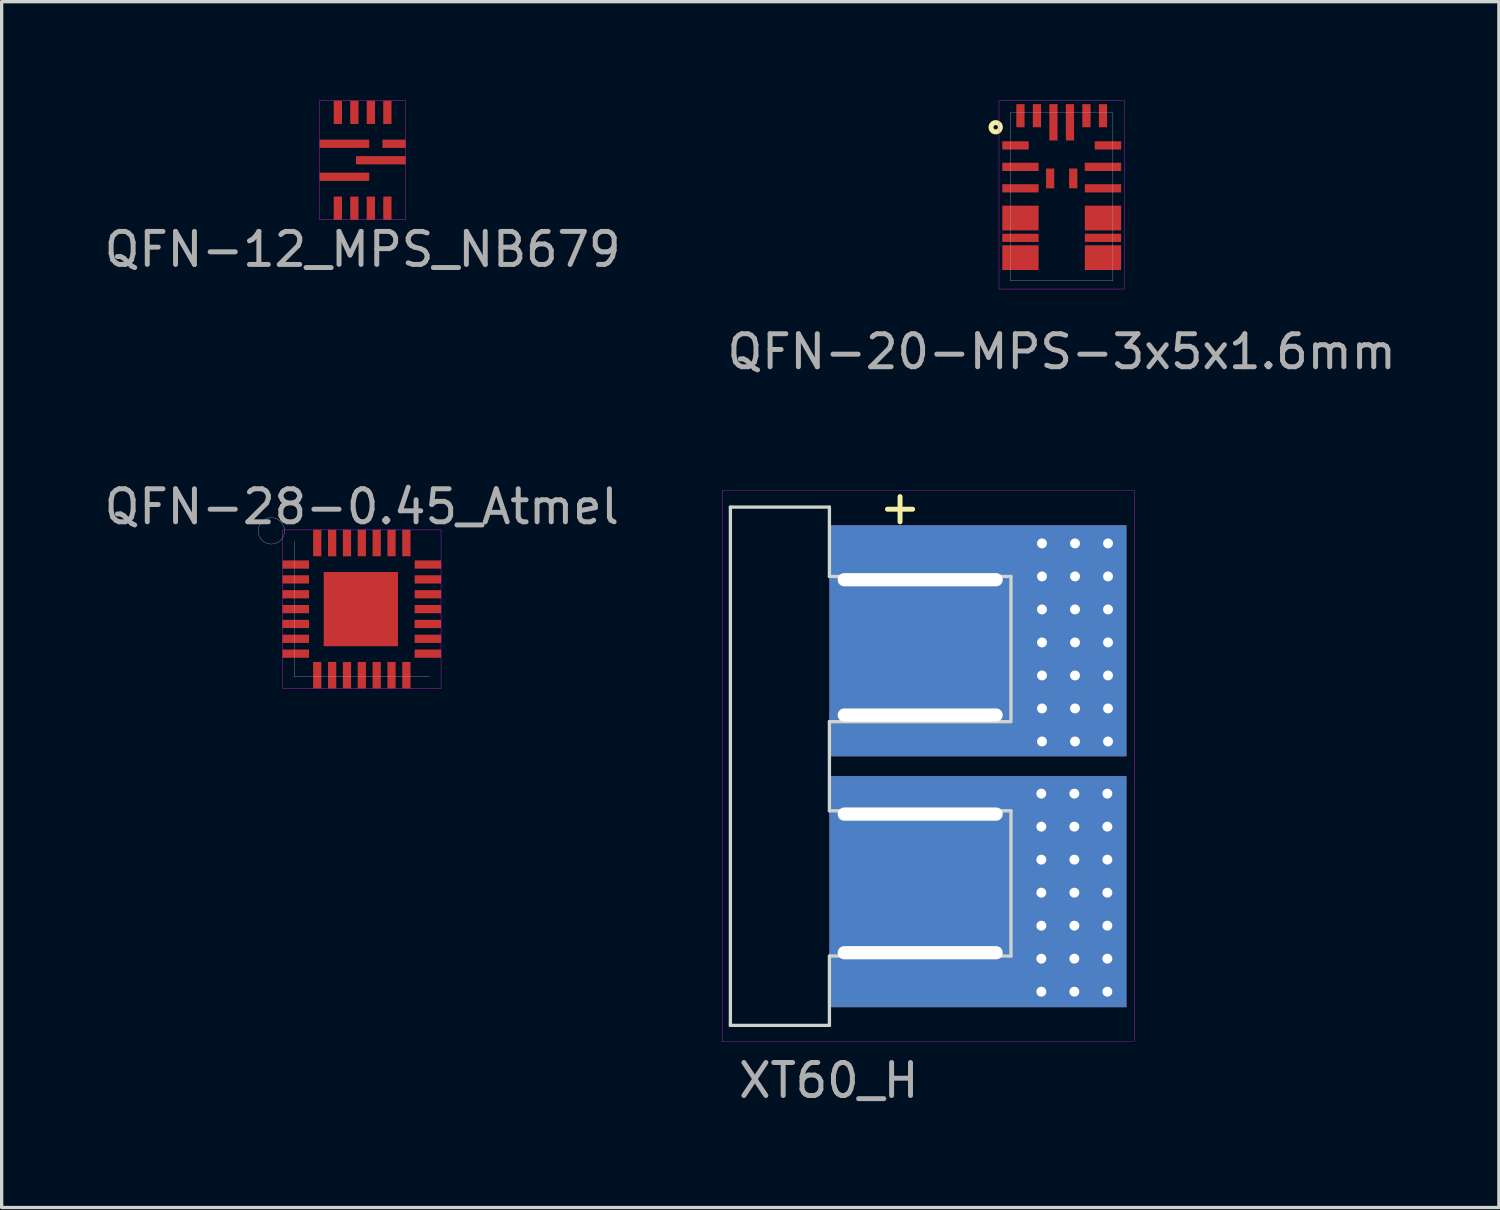
<source format=kicad_pcb>
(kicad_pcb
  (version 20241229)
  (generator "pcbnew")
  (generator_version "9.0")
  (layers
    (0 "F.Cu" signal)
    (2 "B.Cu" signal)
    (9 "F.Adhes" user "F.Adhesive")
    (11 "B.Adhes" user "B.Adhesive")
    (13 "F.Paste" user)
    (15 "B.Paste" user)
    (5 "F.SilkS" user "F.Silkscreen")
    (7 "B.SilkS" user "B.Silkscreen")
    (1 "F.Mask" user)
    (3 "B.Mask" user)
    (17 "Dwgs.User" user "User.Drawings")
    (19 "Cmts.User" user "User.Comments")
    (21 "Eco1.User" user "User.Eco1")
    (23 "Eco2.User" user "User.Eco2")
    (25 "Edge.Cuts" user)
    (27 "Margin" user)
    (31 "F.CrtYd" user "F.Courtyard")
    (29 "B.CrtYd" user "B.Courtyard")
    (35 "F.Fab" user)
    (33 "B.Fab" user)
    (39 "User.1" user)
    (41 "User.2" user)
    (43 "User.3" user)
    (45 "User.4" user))
  (footprint "QFN-28-0.45_Atmel"
    (layer "F.Cu")
    (at 7.911 15.402)
    (property "Reference" "QFN-28-0.45_Atmel" (at 0 -3.1 0) (layer "F.Fab") (effects (font (size 1 1) (thickness 0.15))))
    (attr through_hole)
    (fp_line (start -2.4 -2.4) (end 2.4 -2.4) (stroke (width 0.01) (type solid)) (layer "F.CrtYd"))
    (fp_line (start -2.4 2.4) (end -2.4 -2.4) (stroke (width 0.01) (type solid)) (layer "F.CrtYd"))
    (fp_line (start 2.4 -2.4) (end 2.4 2.4) (stroke (width 0.01) (type solid)) (layer "F.CrtYd"))
    (fp_line (start 2.4 2.4) (end -2.4 2.4) (stroke (width 0.01) (type solid)) (layer "F.CrtYd"))
    (fp_line (start -2.05 2.05) (end -2.05 -2.05) (stroke (width 0.01) (type solid)) (layer "F.Fab"))
    (fp_line (start 2.05 2.05) (end -2.05 2.05) (stroke (width 0.01) (type solid)) (layer "F.Fab"))
    (fp_circle (center -2.74 -2.37) (end -2.74 -1.97) (stroke (width 0.01) (type solid)) (fill no) (layer "F.Fab"))
    (pad "1" smd rect (at -2 -1.35) (size 0.8 0.25) (layers "F.Cu" "F.Mask" "F.Paste"))
    (pad "2" smd rect (at -2 -0.9) (size 0.8 0.25) (layers "F.Cu" "F.Mask" "F.Paste"))
    (pad "3" smd rect (at -2 -0.45) (size 0.8 0.25) (layers "F.Cu" "F.Mask" "F.Paste"))
    (pad "4" smd rect (at -2 0) (size 0.8 0.25) (layers "F.Cu" "F.Mask" "F.Paste"))
    (pad "5" smd rect (at -2 0.45 180) (size 0.8 0.25) (layers "F.Cu" "F.Mask" "F.Paste"))
    (pad "6" smd rect (at -2 0.9) (size 0.8 0.25) (layers "F.Cu" "F.Mask" "F.Paste"))
    (pad "7" smd rect (at -2 1.35) (size 0.8 0.25) (layers "F.Cu" "F.Mask" "F.Paste"))
    (pad "8" smd rect (at -1.35 2 90) (size 0.8 0.25) (layers "F.Cu" "F.Mask" "F.Paste"))
    (pad "9" smd rect (at -0.9 2) (size 0.25 0.8) (layers "F.Cu" "F.Mask" "F.Paste"))
    (pad "10" smd rect (at -0.45 2) (size 0.25 0.8) (layers "F.Cu" "F.Mask" "F.Paste"))
    (pad "11" smd rect (at 0 2) (size 0.25 0.8) (layers "F.Cu" "F.Mask" "F.Paste"))
    (pad "12" smd rect (at 0.45 2) (size 0.25 0.8) (layers "F.Cu" "F.Mask" "F.Paste"))
    (pad "13" smd rect (at 0.9 2) (size 0.25 0.8) (layers "F.Cu" "F.Mask" "F.Paste"))
    (pad "14" smd rect (at 1.35 2 90) (size 0.8 0.25) (layers "F.Cu" "F.Mask" "F.Paste"))
    (pad "15" smd rect (at 2 1.35) (size 0.8 0.25) (layers "F.Cu" "F.Mask" "F.Paste"))
    (pad "16" smd rect (at 2 0.9) (size 0.8 0.25) (layers "F.Cu" "F.Mask" "F.Paste"))
    (pad "17" smd rect (at 2 0.45) (size 0.8 0.25) (layers "F.Cu" "F.Mask" "F.Paste"))
    (pad "18" smd rect (at -0.03 0) (size 2.25 2.25) (layers "F.Cu" "F.Mask" "F.Paste"))
    (pad "18" smd rect (at 2 0) (size 0.8 0.25) (layers "F.Cu" "F.Mask" "F.Paste"))
    (pad "19" smd rect (at 2 -0.45) (size 0.8 0.25) (layers "F.Cu" "F.Mask" "F.Paste"))
    (pad "20" smd rect (at 2 -0.9) (size 0.8 0.25) (layers "F.Cu" "F.Mask" "F.Paste"))
    (pad "21" smd rect (at 2 -1.35) (size 0.8 0.25) (layers "F.Cu" "F.Mask" "F.Paste"))
    (pad "22" smd rect (at 1.35 -2 90) (size 0.8 0.25) (layers "F.Cu" "F.Mask" "F.Paste"))
    (pad "23" smd rect (at 0.9 -2) (size 0.25 0.8) (layers "F.Cu" "F.Mask" "F.Paste"))
    (pad "24" smd rect (at 0.45 -2) (size 0.25 0.8) (layers "F.Cu" "F.Mask" "F.Paste"))
    (pad "25" smd rect (at 0 -2) (size 0.25 0.8) (layers "F.Cu" "F.Mask" "F.Paste"))
    (pad "26" smd rect (at -0.45 -2) (size 0.25 0.8) (layers "F.Cu" "F.Mask" "F.Paste"))
    (pad "27" smd rect (at -0.9 -2) (size 0.25 0.8) (layers "F.Cu" "F.Mask" "F.Paste"))
    (pad "28" smd rect (at -1.35 -2 90) (size 0.8 0.25) (layers "F.Cu" "F.Mask" "F.Paste")))
  (footprint "QFN-12_MPS_NB679"
    (layer "F.Cu")
    (at 7.935 1.805)
    (property "Reference" "QFN-12_MPS_NB679" (at 0 2.7 0) (layer "F.Fab") (effects (font (size 1 1) (thickness 0.15))))
    (attr through_hole)
    (fp_line (start -1.3 -1.8) (end 1.3 -1.8) (stroke (width 0.01) (type solid)) (layer "F.CrtYd"))
    (fp_line (start -1.3 1.8) (end -1.3 -1.8) (stroke (width 0.01) (type solid)) (layer "F.CrtYd"))
    (fp_line (start 1.3 -1.8) (end 1.3 1.8) (stroke (width 0.01) (type solid)) (layer "F.CrtYd"))
    (fp_line (start 1.3 1.8) (end -1.3 1.8) (stroke (width 0.01) (type solid)) (layer "F.CrtYd"))
    (pad "1" smd rect (at -0.55 -0.5) (size 1.5 0.25) (layers "F.Cu" "F.Mask" "F.Paste"))
    (pad "2" smd rect (at -0.55 0.5) (size 1.5 0.25) (layers "F.Cu" "F.Mask" "F.Paste"))
    (pad "3" smd rect (at -0.75 1.45) (size 0.25 0.7) (layers "F.Cu" "F.Mask" "F.Paste"))
    (pad "4" smd rect (at -0.25 1.45) (size 0.25 0.7) (layers "F.Cu" "F.Mask" "F.Paste"))
    (pad "5" smd rect (at 0.25 1.45) (size 0.25 0.7) (layers "F.Cu" "F.Mask" "F.Paste"))
    (pad "6" smd rect (at 0.75 1.45) (size 0.25 0.7) (layers "F.Cu" "F.Mask" "F.Paste"))
    (pad "7" smd rect (at 0.55 0) (size 1.5 0.25) (layers "F.Cu" "F.Mask" "F.Paste"))
    (pad "8" smd rect (at 0.95 -0.5) (size 0.7 0.25) (layers "F.Cu" "F.Mask" "F.Paste"))
    (pad "9" smd rect (at 0.75 -1.45) (size 0.25 0.7) (layers "F.Cu" "F.Mask" "F.Paste"))
    (pad "10" smd rect (at 0.25 -1.45) (size 0.25 0.7) (layers "F.Cu" "F.Mask" "F.Paste"))
    (pad "11" smd rect (at -0.25 -1.45) (size 0.25 0.7) (layers "F.Cu" "F.Mask" "F.Paste"))
    (pad "12" smd rect (at -0.75 -1.45) (size 0.25 0.7) (layers "F.Cu" "F.Mask" "F.Paste")))
  (footprint "QFN-20-MPS-3x5x1.6mm"
    (layer "F.Cu")
    (at 29.113 2.905)
    (property "Reference" "QFN-20-MPS-3x5x1.6mm" (at 0 4.7 0) (layer "F.Fab") (effects (font (size 1 1) (thickness 0.15))))
    (attr through_hole)
    (fp_circle (center -2 -2.1) (end -1.9 -2) (stroke (width 0.15) (type solid)) (fill no) (layer "F.SilkS"))
    (fp_line (start -1.9 -2.9) (end -1.9 2.8) (stroke (width 0.01) (type solid)) (layer "F.CrtYd"))
    (fp_line (start -1.9 2.8) (end 1.9 2.8) (stroke (width 0.01) (type solid)) (layer "F.CrtYd"))
    (fp_line (start 1.9 -2.9) (end -1.9 -2.9) (stroke (width 0.01) (type solid)) (layer "F.CrtYd"))
    (fp_line (start 1.9 2.8) (end 1.9 -2.9) (stroke (width 0.01) (type solid)) (layer "F.CrtYd"))
    (fp_line (start -1.55 -2.55) (end 1.55 -2.55) (stroke (width 0.01) (type solid)) (layer "F.Fab"))
    (fp_line (start -1.55 2.55) (end -1.55 -2.55) (stroke (width 0.01) (type solid)) (layer "F.Fab"))
    (fp_line (start 1.55 -2.55) (end 1.55 2.55) (stroke (width 0.01) (type solid)) (layer "F.Fab"))
    (fp_line (start 1.55 2.55) (end -1.55 2.55) (stroke (width 0.01) (type solid)) (layer "F.Fab"))
    (pad "" smd rect (at -0.35 -0.55) (size 0.25 0.6) (layers "F.Cu" "F.Mask" "F.Paste"))
    (pad "" smd rect (at 0.25 -2.8) (size 0.25 1.1) (drill (offset 0 0.55)) (layers "F.Cu" "F.Mask" "F.Paste"))
    (pad "" smd rect (at 0.35 -0.55) (size 0.25 0.6) (layers "F.Cu" "F.Mask" "F.Paste"))
    (pad "" smd rect (at 1.8 -0.25 90) (size 0.25 1.1) (drill (offset 0 -0.55)) (layers "F.Cu" "F.Mask" "F.Paste"))
    (pad "1" smd rect (at -1.8 -1.55 90) (size 0.25 0.8) (drill (offset 0 0.4)) (layers "F.Cu" "F.Mask" "F.Paste"))
    (pad "2" smd rect (at -1.8 -0.9 90) (size 0.25 1.1) (drill (offset 0 0.55)) (layers "F.Cu" "F.Mask" "F.Paste"))
    (pad "3" smd rect (at -1.8 -0.25 90) (size 0.25 1.1) (drill (offset 0 0.55)) (layers "F.Cu" "F.Mask" "F.Paste"))
    (pad "4" smd rect (at -1.8 0.4 90) (size 0.75 1.1) (drill (offset -0.25 0.55)) (layers "F.Cu" "F.Mask" "F.Paste"))
    (pad "5" smd rect (at -1.8 1.25 90) (size 0.25 1.1) (drill (offset 0 0.55)) (layers "F.Cu" "F.Mask" "F.Paste"))
    (pad "6" smd rect (at -1.8 2.1 90) (size 0.75 1.1) (drill (offset 0.25 0.55)) (layers "F.Cu" "F.Mask" "F.Paste"))
    (pad "7" smd rect (at 1.8 2.1 90) (size 0.75 1.1) (drill (offset 0.25 -0.55)) (layers "F.Cu" "F.Mask" "F.Paste"))
    (pad "8" smd rect (at 1.8 1.25 90) (size 0.25 1.1) (drill (offset 0 -0.55)) (layers "F.Cu" "F.Mask" "F.Paste"))
    (pad "9" smd rect (at 1.8 0.4 90) (size 0.75 1.1) (drill (offset -0.25 -0.55)) (layers "F.Cu" "F.Mask" "F.Paste"))
    (pad "11" smd rect (at 1.8 -0.9 90) (size 0.25 1.1) (drill (offset 0 -0.55)) (layers "F.Cu" "F.Mask" "F.Paste"))
    (pad "12" smd rect (at 1.8 -1.55 90) (size 0.25 0.8) (drill (offset 0 -0.4)) (layers "F.Cu" "F.Mask" "F.Paste"))
    (pad "13" smd rect (at 1.25 -2.8) (size 0.25 0.7) (drill (offset 0 0.35)) (layers "F.Cu" "F.Mask" "F.Paste"))
    (pad "14" smd rect (at 0.75 -2.8) (size 0.25 0.7) (drill (offset 0 0.35)) (layers "F.Cu" "F.Mask" "F.Paste"))
    (pad "16" smd rect (at -0.25 -2.8) (size 0.25 1.1) (drill (offset 0 0.55)) (layers "F.Cu" "F.Mask" "F.Paste"))
    (pad "17" smd rect (at -0.75 -2.8) (size 0.25 0.7) (drill (offset 0 0.35)) (layers "F.Cu" "F.Mask" "F.Paste"))
    (pad "18" smd rect (at -1.25 -2.8) (size 0.25 0.7) (drill (offset 0 0.35)) (layers "F.Cu" "F.Mask" "F.Paste")))
  (footprint "XT60_H"
    (layer "F.Cu")
    (at 22.076 20.162)
    (property "Reference" "XT60_H" (at -0.02 9.52 0) (layer "F.Fab") (effects (font (size 1 1) (thickness 0.15))))
    (attr through_hole)
    (fp_line (start -3 -7.85) (end -3 7.85) (stroke (width 0.1) (type solid)) (layer "Edge.Cuts"))
    (fp_line (start 0 -7.85) (end -3 -7.85) (stroke (width 0.1) (type solid)) (layer "Edge.Cuts"))
    (fp_line (start 0 -7.85) (end 0 -5.75) (stroke (width 0.1) (type solid)) (layer "Edge.Cuts"))
    (fp_line (start 0 -5.75) (end 5.5 -5.75) (stroke (width 0.1) (type solid)) (layer "Edge.Cuts"))
    (fp_line (start 0 -1.35) (end 0 1.35) (stroke (width 0.1) (type solid)) (layer "Edge.Cuts"))
    (fp_line (start 0 1.35) (end 5.5 1.35) (stroke (width 0.1) (type solid)) (layer "Edge.Cuts"))
    (fp_line (start 0 5.75) (end 0 7.85) (stroke (width 0.1) (type solid)) (layer "Edge.Cuts"))
    (fp_line (start 0 7.85) (end -3 7.85) (stroke (width 0.1) (type solid)) (layer "Edge.Cuts"))
    (fp_line (start 5.5 -5.75) (end 5.5 -1.4) (stroke (width 0.1) (type solid)) (layer "Edge.Cuts"))
    (fp_line (start 5.5 -1.35) (end 0 -1.35) (stroke (width 0.1) (type solid)) (layer "Edge.Cuts"))
    (fp_line (start 5.5 1.35) (end 5.5 5.75) (stroke (width 0.1) (type solid)) (layer "Edge.Cuts"))
    (fp_line (start 5.5 5.75) (end 0 5.75) (stroke (width 0.1) (type solid)) (layer "Edge.Cuts"))
    (fp_line (start -3.25 -8.35) (end 9.25 -8.35) (stroke (width 0.01) (type solid)) (layer "F.CrtYd"))
    (fp_line (start -3.25 8.35) (end -3.25 -8.35) (stroke (width 0.01) (type solid)) (layer "F.CrtYd"))
    (fp_line (start -3.25 8.35) (end 9.2 8.35) (stroke (width 0.01) (type solid)) (layer "F.CrtYd"))
    (fp_line (start 9.25 -8.35) (end 9.25 8.35) (stroke (width 0.01) (type solid)) (layer "F.CrtYd"))
    (fp_text user "+" (at 2.14 -7.86 0) (layer "F.SilkS") (effects (font (size 1 1) (thickness 0.15))))
    (pad "1" thru_hole oval (at 2.75 -5.65) (size 5.5 0.6) (drill oval 5 0.4) (layers "*.Cu" "*.Mask"))
    (pad "1" thru_hole oval (at 2.75 -1.55) (size 5.5 0.6) (drill oval 5 0.4) (layers "*.Cu" "*.Mask"))
    (pad "1" smd rect (at 4.5 -3.8) (size 9 7) (layers "F.Cu" "F.Mask" "F.Paste"))
    (pad "1" smd rect (at 4.5 -3.8) (size 9 7) (layers "B.Cu" "B.Mask" "B.Paste"))
    (pad "1" thru_hole circle (at 6.44 -6.75) (size 0.5 0.5) (drill 0.3) (layers "*.Cu" "*.Mask"))
    (pad "1" thru_hole circle (at 6.44 -5.75) (size 0.5 0.5) (drill 0.3) (layers "*.Cu" "*.Mask"))
    (pad "1" thru_hole circle (at 6.44 -4.75) (size 0.5 0.5) (drill 0.3) (layers "*.Cu" "*.Mask"))
    (pad "1" thru_hole circle (at 6.44 -3.75) (size 0.5 0.5) (drill 0.3) (layers "*.Cu" "*.Mask"))
    (pad "1" thru_hole circle (at 6.44 -2.75) (size 0.5 0.5) (drill 0.3) (layers "*.Cu" "*.Mask"))
    (pad "1" thru_hole circle (at 6.44 -1.75) (size 0.5 0.5) (drill 0.3) (layers "*.Cu" "*.Mask"))
    (pad "1" thru_hole circle (at 6.44 -0.75) (size 0.5 0.5) (drill 0.3) (layers "*.Cu" "*.Mask"))
    (pad "1" thru_hole circle (at 7.44 -6.75) (size 0.5 0.5) (drill 0.3) (layers "*.Cu" "*.Mask"))
    (pad "1" thru_hole circle (at 7.44 -5.75) (size 0.5 0.5) (drill 0.3) (layers "*.Cu" "*.Mask"))
    (pad "1" thru_hole circle (at 7.44 -4.75) (size 0.5 0.5) (drill 0.3) (layers "*.Cu" "*.Mask"))
    (pad "1" thru_hole circle (at 7.44 -3.75) (size 0.5 0.5) (drill 0.3) (layers "*.Cu" "*.Mask"))
    (pad "1" thru_hole circle (at 7.44 -2.75) (size 0.5 0.5) (drill 0.3) (layers "*.Cu" "*.Mask"))
    (pad "1" thru_hole circle (at 7.44 -1.75) (size 0.5 0.5) (drill 0.3) (layers "*.Cu" "*.Mask"))
    (pad "1" thru_hole circle (at 7.44 -0.75) (size 0.5 0.5) (drill 0.3) (layers "*.Cu" "*.Mask"))
    (pad "1" thru_hole circle (at 8.44 -6.75) (size 0.5 0.5) (drill 0.3) (layers "*.Cu" "*.Mask"))
    (pad "1" thru_hole circle (at 8.44 -5.75) (size 0.5 0.5) (drill 0.3) (layers "*.Cu" "*.Mask"))
    (pad "1" thru_hole circle (at 8.44 -4.75) (size 0.5 0.5) (drill 0.3) (layers "*.Cu" "*.Mask"))
    (pad "1" thru_hole circle (at 8.44 -3.75) (size 0.5 0.5) (drill 0.3) (layers "*.Cu" "*.Mask"))
    (pad "1" thru_hole circle (at 8.44 -2.75) (size 0.5 0.5) (drill 0.3) (layers "*.Cu" "*.Mask"))
    (pad "1" thru_hole circle (at 8.44 -1.75) (size 0.5 0.5) (drill 0.3) (layers "*.Cu" "*.Mask"))
    (pad "1" thru_hole circle (at 8.44 -0.75) (size 0.5 0.5) (drill 0.3) (layers "*.Cu" "*.Mask"))
    (pad "2" thru_hole oval (at 2.75 1.45) (size 5.5 0.6) (drill oval 5 0.4) (layers "*.Cu" "*.Mask"))
    (pad "2" thru_hole oval (at 2.75 5.65) (size 5.5 0.6) (drill oval 5 0.4) (layers "*.Cu" "*.Mask"))
    (pad "2" smd rect (at 4.5 3.8) (size 9 7) (layers "F.Cu" "F.Mask" "F.Paste"))
    (pad "2" smd rect (at 4.5 3.8) (size 9 7) (layers "B.Cu" "B.Mask" "B.Paste"))
    (pad "2" thru_hole circle (at 6.42 0.83) (size 0.5 0.5) (drill 0.3) (layers "*.Cu" "*.Mask"))
    (pad "2" thru_hole circle (at 6.42 1.83) (size 0.5 0.5) (drill 0.3) (layers "*.Cu" "*.Mask"))
    (pad "2" thru_hole circle (at 6.42 2.83) (size 0.5 0.5) (drill 0.3) (layers "*.Cu" "*.Mask"))
    (pad "2" thru_hole circle (at 6.42 3.83) (size 0.5 0.5) (drill 0.3) (layers "*.Cu" "*.Mask"))
    (pad "2" thru_hole circle (at 6.42 4.83) (size 0.5 0.5) (drill 0.3) (layers "*.Cu" "*.Mask"))
    (pad "2" thru_hole circle (at 6.42 5.83) (size 0.5 0.5) (drill 0.3) (layers "*.Cu" "*.Mask"))
    (pad "2" thru_hole circle (at 6.42 6.83) (size 0.5 0.5) (drill 0.3) (layers "*.Cu" "*.Mask"))
    (pad "2" thru_hole circle (at 7.42 0.83) (size 0.5 0.5) (drill 0.3) (layers "*.Cu" "*.Mask"))
    (pad "2" thru_hole circle (at 7.42 1.83) (size 0.5 0.5) (drill 0.3) (layers "*.Cu" "*.Mask"))
    (pad "2" thru_hole circle (at 7.42 2.83) (size 0.5 0.5) (drill 0.3) (layers "*.Cu" "*.Mask"))
    (pad "2" thru_hole circle (at 7.42 3.83) (size 0.5 0.5) (drill 0.3) (layers "*.Cu" "*.Mask"))
    (pad "2" thru_hole circle (at 7.42 4.83) (size 0.5 0.5) (drill 0.3) (layers "*.Cu" "*.Mask"))
    (pad "2" thru_hole circle (at 7.42 5.83) (size 0.5 0.5) (drill 0.3) (layers "*.Cu" "*.Mask"))
    (pad "2" thru_hole circle (at 7.42 6.83) (size 0.5 0.5) (drill 0.3) (layers "*.Cu" "*.Mask"))
    (pad "2" thru_hole circle (at 8.42 0.83) (size 0.5 0.5) (drill 0.3) (layers "*.Cu" "*.Mask"))
    (pad "2" thru_hole circle (at 8.42 1.83) (size 0.5 0.5) (drill 0.3) (layers "*.Cu" "*.Mask"))
    (pad "2" thru_hole circle (at 8.42 2.83) (size 0.5 0.5) (drill 0.3) (layers "*.Cu" "*.Mask"))
    (pad "2" thru_hole circle (at 8.42 3.83) (size 0.5 0.5) (drill 0.3) (layers "*.Cu" "*.Mask"))
    (pad "2" thru_hole circle (at 8.42 4.83) (size 0.5 0.5) (drill 0.3) (layers "*.Cu" "*.Mask"))
    (pad "2" thru_hole circle (at 8.42 5.83) (size 0.5 0.5) (drill 0.3) (layers "*.Cu" "*.Mask"))
    (pad "2" thru_hole circle (at 8.42 6.83) (size 0.5 0.5) (drill 0.3) (layers "*.Cu" "*.Mask")))
  (gr_rect
    (start -3 -3)
    (end 42.357 33.53)
    (stroke (width 0.1) (type default))
    (fill no)
    (layer "Edge.Cuts")))
</source>
